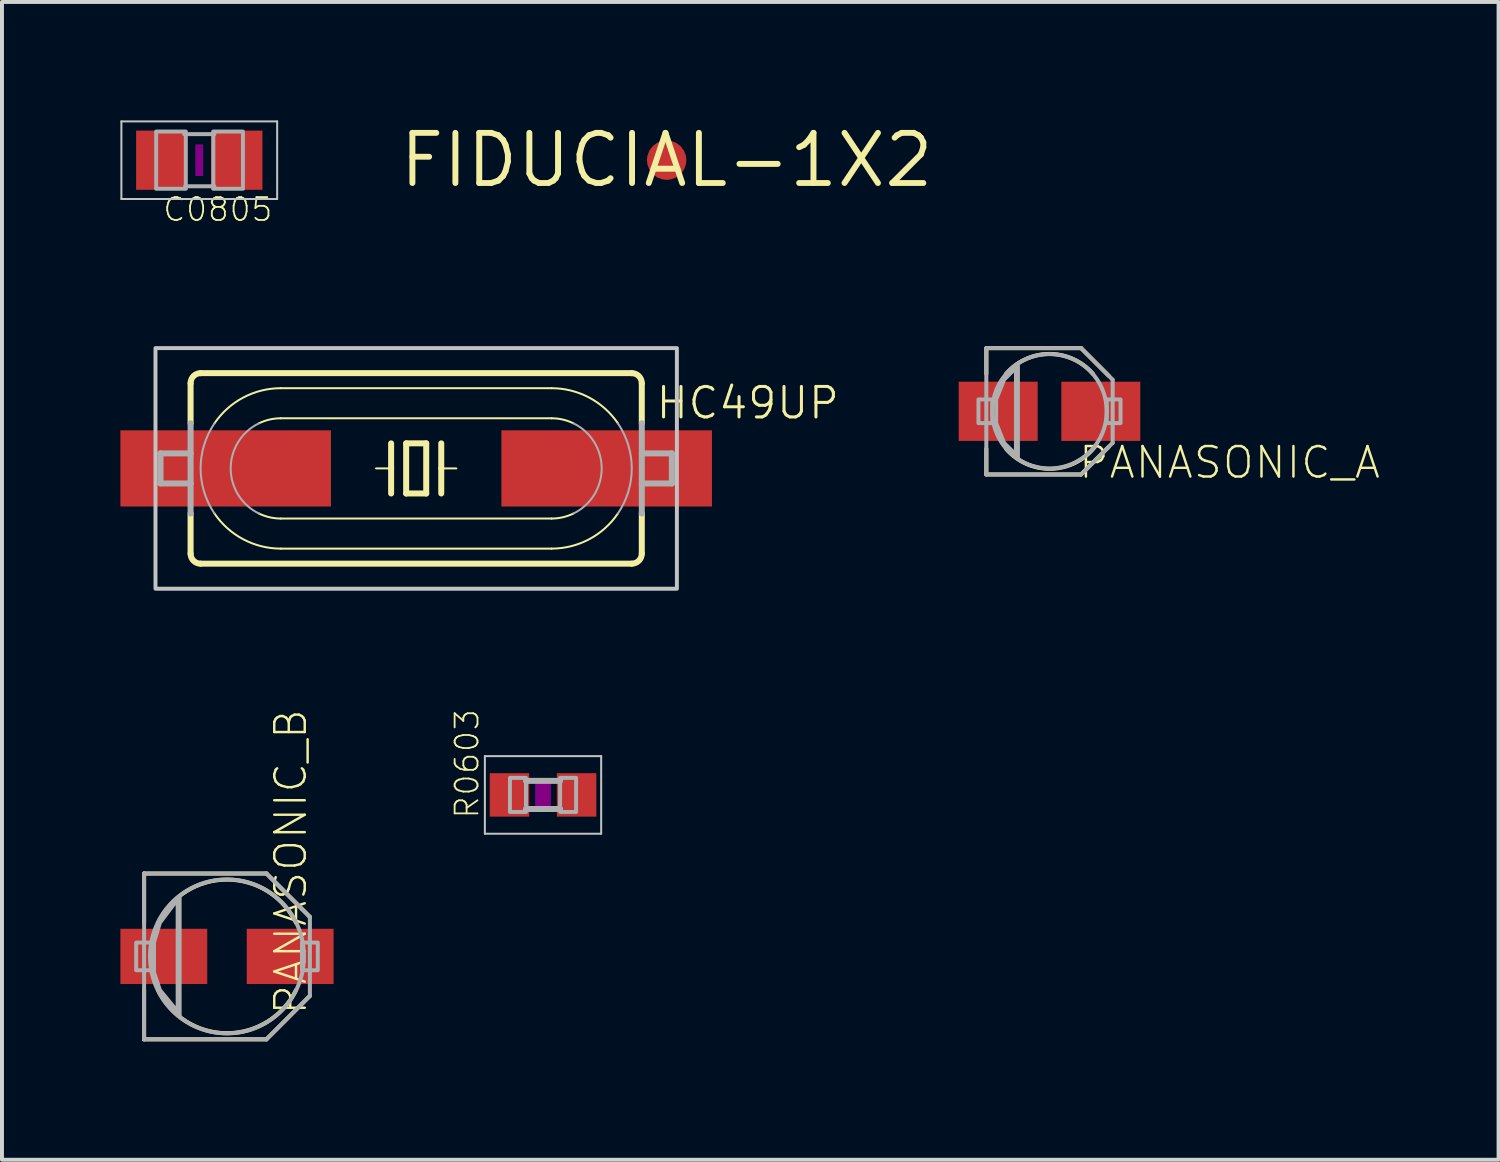
<source format=kicad_pcb>
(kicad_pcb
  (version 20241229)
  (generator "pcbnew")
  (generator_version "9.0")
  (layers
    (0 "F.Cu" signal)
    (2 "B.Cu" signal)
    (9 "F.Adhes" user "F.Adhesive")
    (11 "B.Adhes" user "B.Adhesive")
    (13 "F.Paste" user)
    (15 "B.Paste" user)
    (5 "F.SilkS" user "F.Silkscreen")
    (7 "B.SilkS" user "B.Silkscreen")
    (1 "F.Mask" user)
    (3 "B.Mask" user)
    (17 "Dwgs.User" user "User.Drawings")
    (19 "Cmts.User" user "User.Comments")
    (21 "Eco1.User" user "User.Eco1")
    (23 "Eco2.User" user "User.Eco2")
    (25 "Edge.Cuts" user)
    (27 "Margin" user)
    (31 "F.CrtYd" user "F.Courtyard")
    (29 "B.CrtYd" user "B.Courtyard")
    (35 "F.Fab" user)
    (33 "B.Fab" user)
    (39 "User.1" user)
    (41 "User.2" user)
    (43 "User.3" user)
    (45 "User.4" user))
  (footprint "C0805"
    (layer "F.Cu")
    (at 1.998 1.008)
    (property "Reference" "C0805" (at -0.953 1.588 180) (layer "F.SilkS") (effects (font (size 0.579 0.579) (thickness 0.046)) (justify left bottom)))
    (attr through_hole)
    (fp_poly (pts (xy -0.1 0.4) (xy 0.1 0.4) (xy 0.1 -0.4) (xy -0.1 -0.4)) (stroke (width 0) (type solid)) (fill yes) (layer "F.Adhes"))
    (fp_line (start -1.973 -0.983) (end 1.973 -0.983) (stroke (width 0.051) (type solid)) (layer "Dwgs.User"))
    (fp_line (start -1.973 0.983) (end -1.973 -0.983) (stroke (width 0.051) (type solid)) (layer "Dwgs.User"))
    (fp_line (start 1.973 -0.983) (end 1.973 0.983) (stroke (width 0.051) (type solid)) (layer "Dwgs.User"))
    (fp_line (start 1.973 0.983) (end -1.973 0.983) (stroke (width 0.051) (type solid)) (layer "Dwgs.User"))
    (fp_line (start -0.381 -0.66) (end 0.381 -0.66) (stroke (width 0.102) (type solid)) (layer "F.Fab"))
    (fp_line (start -0.356 0.66) (end 0.381 0.66) (stroke (width 0.102) (type solid)) (layer "F.Fab"))
    (fp_poly (pts (xy -1.092 0.724) (xy -0.342 0.724) (xy -0.342 -0.726) (xy -1.092 -0.726)) (stroke (width 0.1) (type solid)) (fill no) (layer "F.Fab"))
    (fp_poly (pts (xy 0.356 0.724) (xy 1.106 0.724) (xy 1.106 -0.726) (xy 0.356 -0.726)) (stroke (width 0.1) (type solid)) (fill no) (layer "F.Fab"))
    (pad "1" smd rect (at -0.95 0) (size 1.3 1.5) (layers "F.Cu" "F.Mask" "F.Paste"))
    (pad "2" smd rect (at 0.95 0) (size 1.3 1.5) (layers "F.Cu" "F.Mask" "F.Paste")))
  (footprint "FIDUCIAL-1X2"
    (layer "F.Cu")
    (at 13.838 1.006)
    (property "Reference" "FIDUCIAL-1X2" (at 0 0 0) (layer "F.SilkS") (effects (font (size 1.27 1.27) (thickness 0.15))))
    (attr through_hole)
    (pad "1" smd roundrect (at 0 0) (size 1 1) (layers "F.Cu" "F.Mask") (roundrect_rratio 0.5)))
  (footprint "R0603"
    (layer "F.Cu")
    (at 10.706 17.087)
    (property "Reference" "R0603" (at -1.587 0.635 90) (layer "F.SilkS") (effects (font (size 0.579 0.579) (thickness 0.046)) (justify left bottom)))
    (attr through_hole)
    (fp_poly (pts (xy -0.2 0.4) (xy 0.2 0.4) (xy 0.2 -0.4) (xy -0.2 -0.4)) (stroke (width 0) (type solid)) (fill yes) (layer "F.Adhes"))
    (fp_line (start -1.473 -0.983) (end 1.473 -0.983) (stroke (width 0.051) (type solid)) (layer "Dwgs.User"))
    (fp_line (start -1.473 0.983) (end -1.473 -0.983) (stroke (width 0.051) (type solid)) (layer "Dwgs.User"))
    (fp_line (start 1.473 -0.983) (end 1.473 0.983) (stroke (width 0.051) (type solid)) (layer "Dwgs.User"))
    (fp_line (start 1.473 0.983) (end -1.473 0.983) (stroke (width 0.051) (type solid)) (layer "Dwgs.User"))
    (fp_line (start -0.432 0.356) (end 0.432 0.356) (stroke (width 0.152) (type solid)) (layer "F.Fab"))
    (fp_line (start 0.432 -0.356) (end -0.432 -0.356) (stroke (width 0.152) (type solid)) (layer "F.Fab"))
    (fp_poly (pts (xy -0.838 0.432) (xy -0.432 0.432) (xy -0.432 -0.432) (xy -0.838 -0.432)) (stroke (width 0.1) (type solid)) (fill no) (layer "F.Fab"))
    (fp_poly (pts (xy 0.432 0.432) (xy 0.838 0.432) (xy 0.838 -0.432) (xy 0.432 -0.432)) (stroke (width 0.1) (type solid)) (fill no) (layer "F.Fab"))
    (pad "1" smd rect (at -0.85 0) (size 1 1.1) (layers "F.Cu" "F.Mask" "F.Paste"))
    (pad "2" smd rect (at 0.85 0) (size 1 1.1) (layers "F.Cu" "F.Mask" "F.Paste")))
  (footprint "PANASONIC_A"
    (layer "F.Cu")
    (at 23.536 7.369)
    (property "Reference" "PANASONIC_A" (at 0.698 1.75 180) (layer "F.SilkS") (effects (font (size 0.772 0.772) (thickness 0.062)) (justify left bottom)))
    (attr through_hole)
    (fp_line (start -1.6 -1.6) (end 0.8 -1.6) (stroke (width 0.102) (type solid)) (layer "F.SilkS"))
    (fp_line (start -1.6 -0.95) (end -1.6 -1.6) (stroke (width 0.102) (type solid)) (layer "F.SilkS"))
    (fp_line (start -1.6 1.6) (end -1.6 0.95) (stroke (width 0.102) (type solid)) (layer "F.SilkS"))
    (fp_line (start 0.8 -1.6) (end 1.5 -0.9) (stroke (width 0.102) (type solid)) (layer "F.SilkS"))
    (fp_line (start 0.8 1.6) (end -1.6 1.6) (stroke (width 0.102) (type solid)) (layer "F.SilkS"))
    (fp_line (start 1.5 0.9) (end 0.8 1.6) (stroke (width 0.102) (type solid)) (layer "F.SilkS"))
    (fp_arc (start -1.1 -0.95) (mid 0 -1.453444) (end 1.1 -0.95) (stroke (width 0.1016) (type solid)) (layer "F.SilkS"))
    (fp_arc (start 1.149999 0.9) (mid 0.03681 1.456451) (end -1.1 0.95) (stroke (width 0.1016) (type solid)) (layer "F.SilkS"))
    (fp_line (start -1.6 -1.6) (end 0.8 -1.6) (stroke (width 0.102) (type solid)) (layer "F.Fab"))
    (fp_line (start -1.6 1.6) (end -1.6 -1.6) (stroke (width 0.102) (type solid)) (layer "F.Fab"))
    (fp_line (start -0.8 -1.2) (end -0.8 1.2) (stroke (width 0.102) (type solid)) (layer "F.Fab"))
    (fp_line (start 0.8 -1.6) (end 1.6 -0.8) (stroke (width 0.102) (type solid)) (layer "F.Fab"))
    (fp_line (start 0.8 1.6) (end -1.6 1.6) (stroke (width 0.102) (type solid)) (layer "F.Fab"))
    (fp_line (start 1.6 -0.8) (end 1.6 0.8) (stroke (width 0.102) (type solid)) (layer "F.Fab"))
    (fp_line (start 1.6 0.8) (end 0.8 1.6) (stroke (width 0.102) (type solid)) (layer "F.Fab"))
    (fp_circle (center 0 0) (end 1.45 0) (stroke (width 0.102) (type solid)) (fill no) (layer "F.Fab"))
    (fp_poly (pts (xy -1.8 0.3) (xy -1.45 0.3) (xy -1.45 -0.3) (xy -1.8 -0.3)) (stroke (width 0.1) (type solid)) (fill no) (layer "F.Fab"))
    (fp_poly (pts (xy 1.45 0.3) (xy 1.8 0.3) (xy 1.8 -0.3) (xy 1.45 -0.3)) (stroke (width 0.1) (type solid)) (fill no) (layer "F.Fab"))
    (fp_poly (pts (xy -0.85 -1.1) (xy -1.15 -0.8) (xy -1.35 -0.3) (xy -1.35 0.3) (xy -1.15 0.8) (xy -0.85 1.1) (xy -0.85 -1.05)) (stroke (width 0.1) (type solid)) (fill no) (layer "F.Fab"))
    (pad "+" smd rect (at 1.3 0) (size 2 1.5) (layers "F.Cu" "F.Mask" "F.Paste"))
    (pad "-" smd rect (at -1.3 0) (size 2 1.5) (layers "F.Cu" "F.Mask" "F.Paste")))
  (footprint "PANASONIC_B"
    (layer "F.Cu")
    (at 2.7 21.178)
    (property "Reference" "PANASONIC_B" (at 2.067 1.525 270) (layer "F.SilkS") (effects (font (size 0.772 0.772) (thickness 0.062)) (justify left bottom)))
    (attr through_hole)
    (fp_line (start -2.1 -2.1) (end 1 -2.1) (stroke (width 0.102) (type solid)) (layer "F.SilkS"))
    (fp_line (start -2.1 -0.85) (end -2.1 -2.1) (stroke (width 0.102) (type solid)) (layer "F.SilkS"))
    (fp_line (start -2.1 2.1) (end -2.1 0.85) (stroke (width 0.102) (type solid)) (layer "F.SilkS"))
    (fp_line (start 1 -2.1) (end 2.1 -1) (stroke (width 0.102) (type solid)) (layer "F.SilkS"))
    (fp_line (start 1 2.1) (end -2.1 2.1) (stroke (width 0.102) (type solid)) (layer "F.SilkS"))
    (fp_line (start 2.1 1) (end 1 2.1) (stroke (width 0.102) (type solid)) (layer "F.SilkS"))
    (fp_arc (start -1.75 -0.85) (mid 0 -1.945508) (end 1.75 -0.85) (stroke (width 0.1016) (type solid)) (layer "F.SilkS"))
    (fp_arc (start 1.75 0.85) (mid 0 1.945508) (end -1.75 0.85) (stroke (width 0.1016) (type solid)) (layer "F.SilkS"))
    (fp_line (start -2.1 -2.1) (end 1 -2.1) (stroke (width 0.102) (type solid)) (layer "F.Fab"))
    (fp_line (start -2.1 2.1) (end -2.1 -2.1) (stroke (width 0.102) (type solid)) (layer "F.Fab"))
    (fp_line (start -1.2 -1.5) (end -1.2 1.5) (stroke (width 0.102) (type solid)) (layer "F.Fab"))
    (fp_line (start 1 -2.1) (end 2.1 -1) (stroke (width 0.102) (type solid)) (layer "F.Fab"))
    (fp_line (start 1 2.1) (end -2.1 2.1) (stroke (width 0.102) (type solid)) (layer "F.Fab"))
    (fp_line (start 2.1 -1) (end 2.1 1) (stroke (width 0.102) (type solid)) (layer "F.Fab"))
    (fp_line (start 2.1 1) (end 1 2.1) (stroke (width 0.102) (type solid)) (layer "F.Fab"))
    (fp_circle (center 0 0) (end 1.95 0) (stroke (width 0.102) (type solid)) (fill no) (layer "F.Fab"))
    (fp_poly (pts (xy -2.3 0.35) (xy -1.85 0.35) (xy -1.85 -0.35) (xy -2.3 -0.35)) (stroke (width 0.1) (type solid)) (fill no) (layer "F.Fab"))
    (fp_poly (pts (xy 1.9 0.35) (xy 2.3 0.35) (xy 2.3 -0.35) (xy 1.9 -0.35)) (stroke (width 0.1) (type solid)) (fill no) (layer "F.Fab"))
    (fp_poly (pts (xy -1.25 -1.45) (xy -1.7 -0.85) (xy -1.85 -0.35) (xy -1.85 0.4) (xy -1.7 0.85) (xy -1.25 1.4) (xy -1.25 -1.4)) (stroke (width 0.1) (type solid)) (fill no) (layer "F.Fab"))
    (pad "+" smd rect (at 1.6 0) (size 2.2 1.4) (layers "F.Cu" "F.Mask" "F.Paste"))
    (pad "-" smd rect (at -1.6 0) (size 2.2 1.4) (layers "F.Cu" "F.Mask" "F.Paste")))
  (footprint "HC49UP"
    (layer "F.Cu")
    (at 7.493 8.816)
    (property "Reference" "HC49UP" (at 6.032 -1.206 0) (layer "F.SilkS") (effects (font (size 0.772 0.772) (thickness 0.077)) (justify left bottom)))
    (attr through_hole)
    (fp_line (start -5.715 -1.143) (end -5.715 -2.159) (stroke (width 0.152) (type solid)) (layer "F.SilkS"))
    (fp_line (start -5.715 2.159) (end -5.715 1.143) (stroke (width 0.152) (type solid)) (layer "F.SilkS"))
    (fp_line (start -3.429 -2.032) (end 3.429 -2.032) (stroke (width 0.051) (type solid)) (layer "F.SilkS"))
    (fp_line (start -3.429 -1.27) (end 3.429 -1.27) (stroke (width 0.051) (type solid)) (layer "F.SilkS"))
    (fp_line (start -0.635 -0.635) (end -0.635 0) (stroke (width 0.152) (type solid)) (layer "F.SilkS"))
    (fp_line (start -0.635 0) (end -1.016 0) (stroke (width 0.051) (type solid)) (layer "F.SilkS"))
    (fp_line (start -0.635 0) (end -0.635 0.635) (stroke (width 0.152) (type solid)) (layer "F.SilkS"))
    (fp_line (start -0.254 -0.635) (end -0.254 0.635) (stroke (width 0.152) (type solid)) (layer "F.SilkS"))
    (fp_line (start -0.254 0.635) (end 0.254 0.635) (stroke (width 0.152) (type solid)) (layer "F.SilkS"))
    (fp_line (start 0.254 -0.635) (end -0.254 -0.635) (stroke (width 0.152) (type solid)) (layer "F.SilkS"))
    (fp_line (start 0.254 0.635) (end 0.254 -0.635) (stroke (width 0.152) (type solid)) (layer "F.SilkS"))
    (fp_line (start 0.635 -0.635) (end 0.635 0) (stroke (width 0.152) (type solid)) (layer "F.SilkS"))
    (fp_line (start 0.635 0) (end 0.635 0.635) (stroke (width 0.152) (type solid)) (layer "F.SilkS"))
    (fp_line (start 0.635 0) (end 1.016 0) (stroke (width 0.051) (type solid)) (layer "F.SilkS"))
    (fp_line (start 3.429 1.27) (end -3.429 1.27) (stroke (width 0.051) (type solid)) (layer "F.SilkS"))
    (fp_line (start 3.429 2.032) (end -3.429 2.032) (stroke (width 0.051) (type solid)) (layer "F.SilkS"))
    (fp_line (start 5.461 -2.413) (end -5.461 -2.413) (stroke (width 0.152) (type solid)) (layer "F.SilkS"))
    (fp_line (start 5.461 2.413) (end -5.461 2.413) (stroke (width 0.152) (type solid)) (layer "F.SilkS"))
    (fp_line (start 5.715 -1.143) (end 5.715 -2.159) (stroke (width 0.152) (type solid)) (layer "F.SilkS"))
    (fp_line (start 5.715 2.159) (end 5.715 1.143) (stroke (width 0.152) (type solid)) (layer "F.SilkS"))
    (fp_arc (start -5.715 -2.159) (mid -5.640605 -2.338605) (end -5.461 -2.413) (stroke (width 0.1524) (type solid)) (layer "F.SilkS"))
    (fp_arc (start -5.461 2.413) (mid -5.640605 2.338605) (end -5.715 2.159) (stroke (width 0.1524) (type solid)) (layer "F.SilkS"))
    (fp_arc (start -5.1091 -1.143) (mid -4.379417 -1.796107) (end -3.429 -2.032101) (stroke (width 0.0508) (type solid)) (layer "F.SilkS"))
    (fp_arc (start -3.9826 -1.143) (mid -3.712991 -1.237845) (end -3.429 -1.27) (stroke (width 0.0508) (type solid)) (layer "F.SilkS"))
    (fp_arc (start -3.429 1.27) (mid -3.712991 1.237845) (end -3.9826 1.143) (stroke (width 0.0508) (type solid)) (layer "F.SilkS"))
    (fp_arc (start -3.429 2.032001) (mid -4.379408 1.796063) (end -5.1091 1.143) (stroke (width 0.0508) (type solid)) (layer "F.SilkS"))
    (fp_arc (start 3.429 -2.032) (mid 4.379408 -1.796062) (end 5.1091 -1.142999) (stroke (width 0.0508) (type solid)) (layer "F.SilkS"))
    (fp_arc (start 3.429 -1.27) (mid 3.712991 -1.237845) (end 3.9826 -1.143) (stroke (width 0.0508) (type solid)) (layer "F.SilkS"))
    (fp_arc (start 3.9826 1.143) (mid 3.712991 1.237845) (end 3.429 1.27) (stroke (width 0.0508) (type solid)) (layer "F.SilkS"))
    (fp_arc (start 5.109 1.142899) (mid 4.379368 1.795994) (end 3.429 2.032) (stroke (width 0.0508) (type solid)) (layer "F.SilkS"))
    (fp_arc (start 5.461 -2.413) (mid 5.640605 -2.338605) (end 5.715 -2.159) (stroke (width 0.1524) (type solid)) (layer "F.SilkS"))
    (fp_arc (start 5.715 2.159) (mid 5.640605 2.338605) (end 5.461 2.413) (stroke (width 0.1524) (type solid)) (layer "F.SilkS"))
    (fp_poly (pts (xy -6.604 3.048) (xy 6.604 3.048) (xy 6.604 -3.048) (xy -6.604 -3.048)) (stroke (width 0.1) (type solid)) (fill no) (layer "Dwgs.User"))
    (fp_line (start -6.477 0.381) (end -6.477 -0.381) (stroke (width 0.152) (type solid)) (layer "F.Fab"))
    (fp_line (start -5.715 -0.381) (end -6.477 -0.381) (stroke (width 0.152) (type solid)) (layer "F.Fab"))
    (fp_line (start -5.715 -0.381) (end -5.715 -1.143) (stroke (width 0.152) (type solid)) (layer "F.Fab"))
    (fp_line (start -5.715 0.381) (end -6.477 0.381) (stroke (width 0.152) (type solid)) (layer "F.Fab"))
    (fp_line (start -5.715 0.381) (end -5.715 -0.381) (stroke (width 0.152) (type solid)) (layer "F.Fab"))
    (fp_line (start -5.715 1.143) (end -5.715 0.381) (stroke (width 0.152) (type solid)) (layer "F.Fab"))
    (fp_line (start 5.715 -0.381) (end 6.477 -0.381) (stroke (width 0.152) (type solid)) (layer "F.Fab"))
    (fp_line (start 5.715 0.381) (end 6.477 0.381) (stroke (width 0.152) (type solid)) (layer "F.Fab"))
    (fp_line (start 5.715 1.143) (end 5.715 -1.143) (stroke (width 0.152) (type solid)) (layer "F.Fab"))
    (fp_line (start 6.477 0.381) (end 6.477 -0.381) (stroke (width 0.152) (type solid)) (layer "F.Fab"))
    (fp_arc (start -5.1091 1.143) (mid -5.46104 0) (end -5.1091 -1.143) (stroke (width 0.0508) (type solid)) (layer "F.Fab"))
    (fp_arc (start -3.9826 1.143) (mid -4.699009 0) (end -3.9826 -1.143) (stroke (width 0.0508) (type solid)) (layer "F.Fab"))
    (fp_arc (start 3.9826 -1.143) (mid 4.699009 0) (end 3.9826 1.143) (stroke (width 0.0508) (type solid)) (layer "F.Fab"))
    (fp_arc (start 5.1091 -1.143) (mid 5.46104 0) (end 5.1091 1.143) (stroke (width 0.0508) (type solid)) (layer "F.Fab"))
    (pad "1" smd rect (at -4.826 0) (size 5.334 1.93) (layers "F.Cu" "F.Mask" "F.Paste"))
    (pad "2" smd rect (at 4.826 0) (size 5.334 1.93) (layers "F.Cu" "F.Mask" "F.Paste")))
  (gr_rect
    (start -3 -3)
    (end 34.912 26.329)
    (stroke (width 0.1) (type default))
    (fill no)
    (layer "Edge.Cuts")))
</source>
